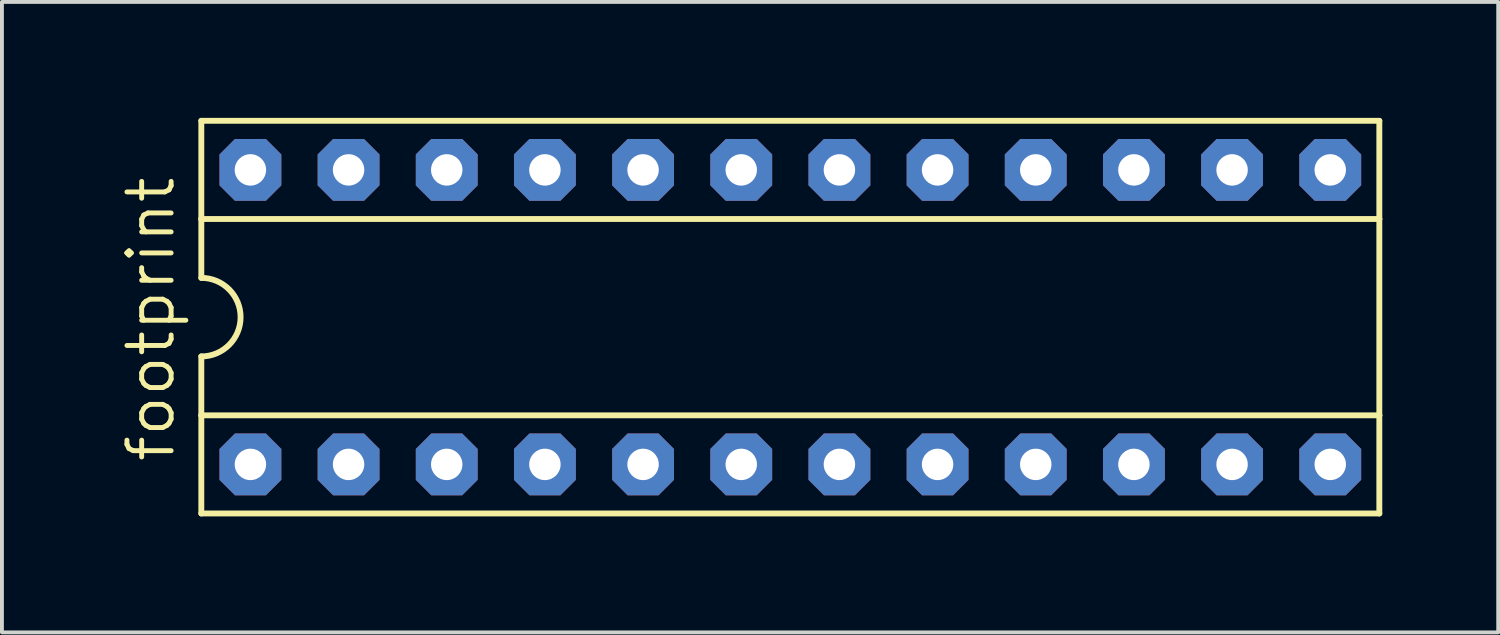
<source format=kicad_pcb>
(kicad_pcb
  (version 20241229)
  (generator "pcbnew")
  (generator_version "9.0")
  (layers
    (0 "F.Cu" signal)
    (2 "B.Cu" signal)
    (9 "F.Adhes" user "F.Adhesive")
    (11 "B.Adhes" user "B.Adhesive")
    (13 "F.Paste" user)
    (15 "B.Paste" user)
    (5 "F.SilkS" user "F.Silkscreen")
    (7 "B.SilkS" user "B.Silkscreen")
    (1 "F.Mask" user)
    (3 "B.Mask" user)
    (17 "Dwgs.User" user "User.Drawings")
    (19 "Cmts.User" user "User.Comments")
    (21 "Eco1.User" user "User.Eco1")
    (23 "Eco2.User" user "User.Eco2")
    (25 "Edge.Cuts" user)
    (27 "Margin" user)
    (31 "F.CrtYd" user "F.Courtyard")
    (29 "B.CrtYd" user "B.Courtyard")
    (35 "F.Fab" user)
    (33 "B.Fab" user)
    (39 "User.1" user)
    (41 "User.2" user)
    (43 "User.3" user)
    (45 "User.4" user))
  (footprint "footprint"
    (layer "F.Cu")
    (at 17.399 5.156)
    (property "Reference" "footprint" (at -15.875 3.81 90) (layer "F.SilkS") (effects (font (size 1.143 1.143) (thickness 0.127)) (justify left bottom)))
    (fp_line (start -15.24 -5.08) (end -15.24 -2.54) (stroke (width 0.152) (type solid)) (layer "F.SilkS"))
    (fp_line (start -15.24 -2.54) (end -15.24 -1.016) (stroke (width 0.152) (type solid)) (layer "F.SilkS"))
    (fp_line (start -15.24 2.54) (end -15.24 1.016) (stroke (width 0.152) (type solid)) (layer "F.SilkS"))
    (fp_line (start -15.24 2.54) (end 15.24 2.54) (stroke (width 0.152) (type solid)) (layer "F.SilkS"))
    (fp_line (start -15.24 5.08) (end -15.24 2.54) (stroke (width 0.152) (type solid)) (layer "F.SilkS"))
    (fp_line (start -15.24 5.08) (end 15.24 5.08) (stroke (width 0.152) (type solid)) (layer "F.SilkS"))
    (fp_line (start 15.24 -5.08) (end -15.24 -5.08) (stroke (width 0.152) (type solid)) (layer "F.SilkS"))
    (fp_line (start 15.24 -5.08) (end 15.24 -2.54) (stroke (width 0.152) (type solid)) (layer "F.SilkS"))
    (fp_line (start 15.24 -2.54) (end -15.24 -2.54) (stroke (width 0.152) (type solid)) (layer "F.SilkS"))
    (fp_line (start 15.24 -2.54) (end 15.24 2.54) (stroke (width 0.152) (type solid)) (layer "F.SilkS"))
    (fp_line (start 15.24 2.54) (end 15.24 5.08) (stroke (width 0.152) (type solid)) (layer "F.SilkS"))
    (fp_arc (start -15.24 -1.016) (mid -14.224 0) (end -15.24 1.016) (stroke (width 0.1524) (type solid)) (layer "F.SilkS"))
    (pad "1" thru_hole roundrect (at -13.97 3.81) (size 1.6 1.6) (drill 0.813) (layers "*.Cu" "*.Mask") (roundrect_rratio 0.25) (chamfer_ratio 0.25) (chamfer top_left top_right bottom_left bottom_right))
    (pad "2" thru_hole roundrect (at -11.43 3.81) (size 1.6 1.6) (drill 0.813) (layers "*.Cu" "*.Mask") (roundrect_rratio 0.25) (chamfer_ratio 0.25) (chamfer top_left top_right bottom_left bottom_right))
    (pad "3" thru_hole roundrect (at -8.89 3.81) (size 1.6 1.6) (drill 0.813) (layers "*.Cu" "*.Mask") (roundrect_rratio 0.25) (chamfer_ratio 0.25) (chamfer top_left top_right bottom_left bottom_right))
    (pad "4" thru_hole roundrect (at -6.35 3.81) (size 1.6 1.6) (drill 0.813) (layers "*.Cu" "*.Mask") (roundrect_rratio 0.25) (chamfer_ratio 0.25) (chamfer top_left top_right bottom_left bottom_right))
    (pad "5" thru_hole roundrect (at -3.81 3.81) (size 1.6 1.6) (drill 0.813) (layers "*.Cu" "*.Mask") (roundrect_rratio 0.25) (chamfer_ratio 0.25) (chamfer top_left top_right bottom_left bottom_right))
    (pad "6" thru_hole roundrect (at -1.27 3.81) (size 1.6 1.6) (drill 0.813) (layers "*.Cu" "*.Mask") (roundrect_rratio 0.25) (chamfer_ratio 0.25) (chamfer top_left top_right bottom_left bottom_right))
    (pad "7" thru_hole roundrect (at 1.27 3.81) (size 1.6 1.6) (drill 0.813) (layers "*.Cu" "*.Mask") (roundrect_rratio 0.25) (chamfer_ratio 0.25) (chamfer top_left top_right bottom_left bottom_right))
    (pad "8" thru_hole roundrect (at 3.81 3.81) (size 1.6 1.6) (drill 0.813) (layers "*.Cu" "*.Mask") (roundrect_rratio 0.25) (chamfer_ratio 0.25) (chamfer top_left top_right bottom_left bottom_right))
    (pad "9" thru_hole roundrect (at 6.35 3.81) (size 1.6 1.6) (drill 0.813) (layers "*.Cu" "*.Mask") (roundrect_rratio 0.25) (chamfer_ratio 0.25) (chamfer top_left top_right bottom_left bottom_right))
    (pad "10" thru_hole roundrect (at 8.89 3.81) (size 1.6 1.6) (drill 0.813) (layers "*.Cu" "*.Mask") (roundrect_rratio 0.25) (chamfer_ratio 0.25) (chamfer top_left top_right bottom_left bottom_right))
    (pad "11" thru_hole roundrect (at 11.43 3.81) (size 1.6 1.6) (drill 0.813) (layers "*.Cu" "*.Mask") (roundrect_rratio 0.25) (chamfer_ratio 0.25) (chamfer top_left top_right bottom_left bottom_right))
    (pad "12" thru_hole roundrect (at 13.97 3.81) (size 1.6 1.6) (drill 0.813) (layers "*.Cu" "*.Mask") (roundrect_rratio 0.25) (chamfer_ratio 0.25) (chamfer top_left top_right bottom_left bottom_right))
    (pad "13" thru_hole roundrect (at 13.97 -3.81) (size 1.6 1.6) (drill 0.813) (layers "*.Cu" "*.Mask") (roundrect_rratio 0.25) (chamfer_ratio 0.25) (chamfer top_left top_right bottom_left bottom_right))
    (pad "14" thru_hole roundrect (at 11.43 -3.81) (size 1.6 1.6) (drill 0.813) (layers "*.Cu" "*.Mask") (roundrect_rratio 0.25) (chamfer_ratio 0.25) (chamfer top_left top_right bottom_left bottom_right))
    (pad "15" thru_hole roundrect (at 8.89 -3.81) (size 1.6 1.6) (drill 0.813) (layers "*.Cu" "*.Mask") (roundrect_rratio 0.25) (chamfer_ratio 0.25) (chamfer top_left top_right bottom_left bottom_right))
    (pad "16" thru_hole roundrect (at 6.35 -3.81) (size 1.6 1.6) (drill 0.813) (layers "*.Cu" "*.Mask") (roundrect_rratio 0.25) (chamfer_ratio 0.25) (chamfer top_left top_right bottom_left bottom_right))
    (pad "17" thru_hole roundrect (at 3.81 -3.81) (size 1.6 1.6) (drill 0.813) (layers "*.Cu" "*.Mask") (roundrect_rratio 0.25) (chamfer_ratio 0.25) (chamfer top_left top_right bottom_left bottom_right))
    (pad "18" thru_hole roundrect (at 1.27 -3.81) (size 1.6 1.6) (drill 0.813) (layers "*.Cu" "*.Mask") (roundrect_rratio 0.25) (chamfer_ratio 0.25) (chamfer top_left top_right bottom_left bottom_right))
    (pad "19" thru_hole roundrect (at -1.27 -3.81) (size 1.6 1.6) (drill 0.813) (layers "*.Cu" "*.Mask") (roundrect_rratio 0.25) (chamfer_ratio 0.25) (chamfer top_left top_right bottom_left bottom_right))
    (pad "20" thru_hole roundrect (at -3.81 -3.81) (size 1.6 1.6) (drill 0.813) (layers "*.Cu" "*.Mask") (roundrect_rratio 0.25) (chamfer_ratio 0.25) (chamfer top_left top_right bottom_left bottom_right))
    (pad "21" thru_hole roundrect (at -6.35 -3.81) (size 1.6 1.6) (drill 0.813) (layers "*.Cu" "*.Mask") (roundrect_rratio 0.25) (chamfer_ratio 0.25) (chamfer top_left top_right bottom_left bottom_right))
    (pad "22" thru_hole roundrect (at -8.89 -3.81) (size 1.6 1.6) (drill 0.813) (layers "*.Cu" "*.Mask") (roundrect_rratio 0.25) (chamfer_ratio 0.25) (chamfer top_left top_right bottom_left bottom_right))
    (pad "23" thru_hole roundrect (at -11.43 -3.81) (size 1.6 1.6) (drill 0.813) (layers "*.Cu" "*.Mask") (roundrect_rratio 0.25) (chamfer_ratio 0.25) (chamfer top_left top_right bottom_left bottom_right))
    (pad "24" thru_hole roundrect (at -13.97 -3.81) (size 1.6 1.6) (drill 0.813) (layers "*.Cu" "*.Mask") (roundrect_rratio 0.25) (chamfer_ratio 0.25) (chamfer top_left top_right bottom_left bottom_right)))
  (gr_rect
    (start -3 -3)
    (end 35.715 13.312)
    (stroke (width 0.1) (type default))
    (fill no)
    (layer "Edge.Cuts")))
</source>
